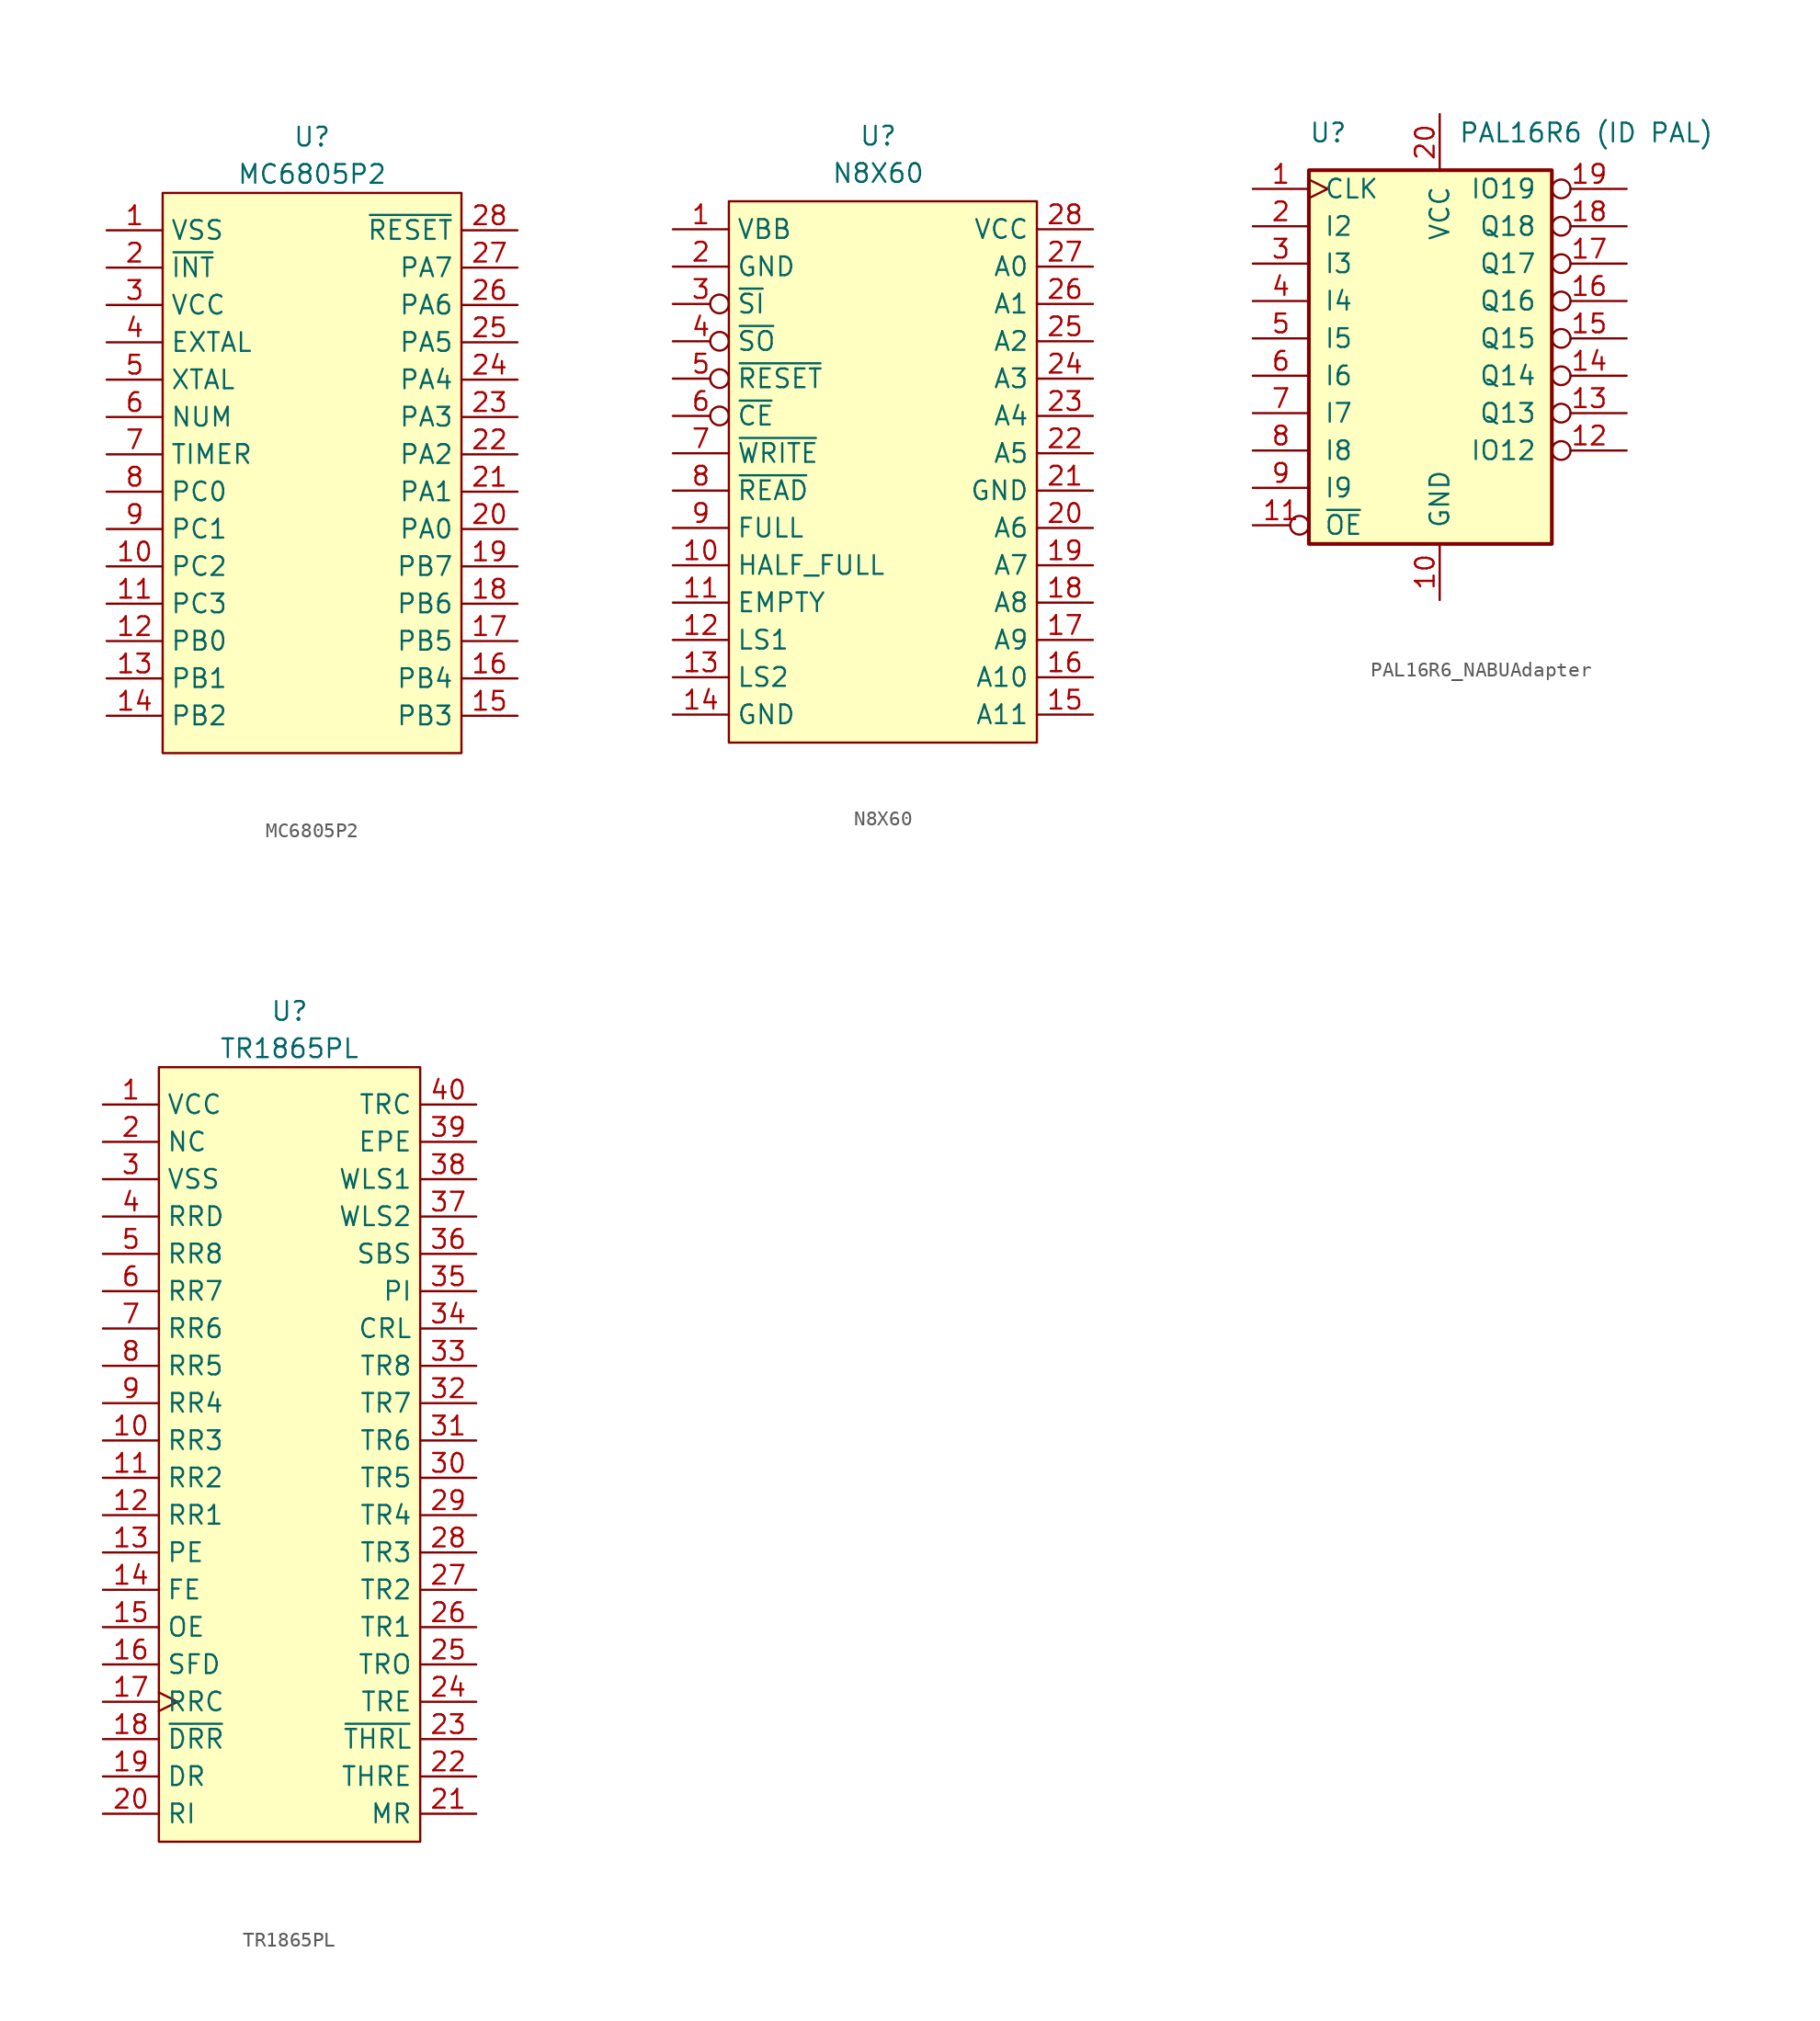
<source format=kicad_sym>
(kicad_symbol_lib
  (version 20220914)
  (generator kicad_symbol_editor)
  (symbol "MC6805P2"
    (property "Reference" "U"
      (at 0 0 0)
      (effects (font (size 1.27 1.27))))
    (property "Value" "MC6805P2"
      (at 0 -2.54 0)
      (effects (font (size 1.27 1.27))))
    (symbol "MC6805P2_1_1"
      (rectangle (start -10.16 -3.81) (end 10.16 -41.91) (stroke (width 0) (type default)) (fill (type background)))
      (pin power_in line (at -13.97 -6.35 0) (length 3.81) (name "VSS" (effects (font (size 1.27 1.27)))) (number "1" (effects (font (size 1.27 1.27)))))
      (pin bidirectional line (at -13.97 -29.21 0) (length 3.81) (name "PC2" (effects (font (size 1.27 1.27)))) (number "10" (effects (font (size 1.27 1.27)))))
      (pin bidirectional line (at -13.97 -31.75 0) (length 3.81) (name "PC3" (effects (font (size 1.27 1.27)))) (number "11" (effects (font (size 1.27 1.27)))))
      (pin bidirectional line (at -13.97 -34.29 0) (length 3.81) (name "PB0" (effects (font (size 1.27 1.27)))) (number "12" (effects (font (size 1.27 1.27)))))
      (pin bidirectional line (at -13.97 -36.83 0) (length 3.81) (name "PB1" (effects (font (size 1.27 1.27)))) (number "13" (effects (font (size 1.27 1.27)))))
      (pin bidirectional line (at -13.97 -39.37 0) (length 3.81) (name "PB2" (effects (font (size 1.27 1.27)))) (number "14" (effects (font (size 1.27 1.27)))))
      (pin bidirectional line (at 13.97 -39.37 180) (length 3.81) (name "PB3" (effects (font (size 1.27 1.27)))) (number "15" (effects (font (size 1.27 1.27)))))
      (pin bidirectional line (at 13.97 -36.83 180) (length 3.81) (name "PB4" (effects (font (size 1.27 1.27)))) (number "16" (effects (font (size 1.27 1.27)))))
      (pin bidirectional line (at 13.97 -34.29 180) (length 3.81) (name "PB5" (effects (font (size 1.27 1.27)))) (number "17" (effects (font (size 1.27 1.27)))))
      (pin bidirectional line (at 13.97 -31.75 180) (length 3.81) (name "PB6" (effects (font (size 1.27 1.27)))) (number "18" (effects (font (size 1.27 1.27)))))
      (pin bidirectional line (at 13.97 -29.21 180) (length 3.81) (name "PB7" (effects (font (size 1.27 1.27)))) (number "19" (effects (font (size 1.27 1.27)))))
      (pin input line (at -13.97 -8.89 0) (length 3.81) (name "~{INT}" (effects (font (size 1.27 1.27)))) (number "2" (effects (font (size 1.27 1.27)))))
      (pin bidirectional line (at 13.97 -26.67 180) (length 3.81) (name "PA0" (effects (font (size 1.27 1.27)))) (number "20" (effects (font (size 1.27 1.27)))))
      (pin bidirectional line (at 13.97 -24.13 180) (length 3.81) (name "PA1" (effects (font (size 1.27 1.27)))) (number "21" (effects (font (size 1.27 1.27)))))
      (pin bidirectional line (at 13.97 -21.59 180) (length 3.81) (name "PA2" (effects (font (size 1.27 1.27)))) (number "22" (effects (font (size 1.27 1.27)))))
      (pin bidirectional line (at 13.97 -19.05 180) (length 3.81) (name "PA3" (effects (font (size 1.27 1.27)))) (number "23" (effects (font (size 1.27 1.27)))))
      (pin bidirectional line (at 13.97 -16.51 180) (length 3.81) (name "PA4" (effects (font (size 1.27 1.27)))) (number "24" (effects (font (size 1.27 1.27)))))
      (pin bidirectional line (at 13.97 -13.97 180) (length 3.81) (name "PA5" (effects (font (size 1.27 1.27)))) (number "25" (effects (font (size 1.27 1.27)))))
      (pin bidirectional line (at 13.97 -11.43 180) (length 3.81) (name "PA6" (effects (font (size 1.27 1.27)))) (number "26" (effects (font (size 1.27 1.27)))))
      (pin bidirectional line (at 13.97 -8.89 180) (length 3.81) (name "PA7" (effects (font (size 1.27 1.27)))) (number "27" (effects (font (size 1.27 1.27)))))
      (pin input line (at 13.97 -6.35 180) (length 3.81) (name "~{RESET}" (effects (font (size 1.27 1.27)))) (number "28" (effects (font (size 1.27 1.27)))))
      (pin power_in line (at -13.97 -11.43 0) (length 3.81) (name "VCC" (effects (font (size 1.27 1.27)))) (number "3" (effects (font (size 1.27 1.27)))))
      (pin input line (at -13.97 -13.97 0) (length 3.81) (name "EXTAL" (effects (font (size 1.27 1.27)))) (number "4" (effects (font (size 1.27 1.27)))))
      (pin input line (at -13.97 -16.51 0) (length 3.81) (name "XTAL" (effects (font (size 1.27 1.27)))) (number "5" (effects (font (size 1.27 1.27)))))
      (pin input line (at -13.97 -19.05 0) (length 3.81) (name "NUM" (effects (font (size 1.27 1.27)))) (number "6" (effects (font (size 1.27 1.27)))))
      (pin input line (at -13.97 -21.59 0) (length 3.81) (name "TIMER" (effects (font (size 1.27 1.27)))) (number "7" (effects (font (size 1.27 1.27)))))
      (pin bidirectional line (at -13.97 -24.13 0) (length 3.81) (name "PC0" (effects (font (size 1.27 1.27)))) (number "8" (effects (font (size 1.27 1.27)))))
      (pin bidirectional line (at -13.97 -26.67 0) (length 3.81) (name "PC1" (effects (font (size 1.27 1.27)))) (number "9" (effects (font (size 1.27 1.27)))))))
  (symbol "N8X60"
    (property "Reference" "U"
      (at 0 0 0)
      (effects (font (size 1.27 1.27))))
    (property "Value" "N8X60"
      (at 0 -2.54 0)
      (effects (font (size 1.27 1.27))))
    (symbol "N8X60_1_1"
      (rectangle (start -10.16 -4.445) (end 10.795 -41.275) (stroke (width 0) (type default)) (fill (type background)))
      (pin power_in line (at -13.97 -6.35 0) (length 3.81) (name "VBB" (effects (font (size 1.27 1.27)))) (number "1" (effects (font (size 1.27 1.27)))))
      (pin output line (at -13.97 -29.21 0) (length 3.81) (name "HALF_FULL" (effects (font (size 1.27 1.27)))) (number "10" (effects (font (size 1.27 1.27)))))
      (pin output line (at -13.97 -31.75 0) (length 3.81) (name "EMPTY" (effects (font (size 1.27 1.27)))) (number "11" (effects (font (size 1.27 1.27)))))
      (pin output line (at -13.97 -34.29 0) (length 3.81) (name "LS1" (effects (font (size 1.27 1.27)))) (number "12" (effects (font (size 1.27 1.27)))))
      (pin output line (at -13.97 -36.83 0) (length 3.81) (name "LS2" (effects (font (size 1.27 1.27)))) (number "13" (effects (font (size 1.27 1.27)))))
      (pin power_in line (at -13.97 -39.37 0) (length 3.81) (name "GND" (effects (font (size 1.27 1.27)))) (number "14" (effects (font (size 1.27 1.27)))))
      (pin output line (at 14.605 -39.37 180) (length 3.81) (name "A11" (effects (font (size 1.27 1.27)))) (number "15" (effects (font (size 1.27 1.27)))))
      (pin output line (at 14.605 -36.83 180) (length 3.81) (name "A10" (effects (font (size 1.27 1.27)))) (number "16" (effects (font (size 1.27 1.27)))))
      (pin output line (at 14.605 -34.29 180) (length 3.81) (name "A9" (effects (font (size 1.27 1.27)))) (number "17" (effects (font (size 1.27 1.27)))))
      (pin output line (at 14.605 -31.75 180) (length 3.81) (name "A8" (effects (font (size 1.27 1.27)))) (number "18" (effects (font (size 1.27 1.27)))))
      (pin output line (at 14.605 -29.21 180) (length 3.81) (name "A7" (effects (font (size 1.27 1.27)))) (number "19" (effects (font (size 1.27 1.27)))))
      (pin power_in line (at -13.97 -8.89 0) (length 3.81) (name "GND" (effects (font (size 1.27 1.27)))) (number "2" (effects (font (size 1.27 1.27)))))
      (pin output line (at 14.605 -26.67 180) (length 3.81) (name "A6" (effects (font (size 1.27 1.27)))) (number "20" (effects (font (size 1.27 1.27)))))
      (pin power_in line (at 14.605 -24.13 180) (length 3.81) (name "GND" (effects (font (size 1.27 1.27)))) (number "21" (effects (font (size 1.27 1.27)))))
      (pin output line (at 14.605 -21.59 180) (length 3.81) (name "A5" (effects (font (size 1.27 1.27)))) (number "22" (effects (font (size 1.27 1.27)))))
      (pin output line (at 14.605 -19.05 180) (length 3.81) (name "A4" (effects (font (size 1.27 1.27)))) (number "23" (effects (font (size 1.27 1.27)))))
      (pin output line (at 14.605 -16.51 180) (length 3.81) (name "A3" (effects (font (size 1.27 1.27)))) (number "24" (effects (font (size 1.27 1.27)))))
      (pin output line (at 14.605 -13.97 180) (length 3.81) (name "A2" (effects (font (size 1.27 1.27)))) (number "25" (effects (font (size 1.27 1.27)))))
      (pin output line (at 14.605 -11.43 180) (length 3.81) (name "A1" (effects (font (size 1.27 1.27)))) (number "26" (effects (font (size 1.27 1.27)))))
      (pin output line (at 14.605 -8.89 180) (length 3.81) (name "A0" (effects (font (size 1.27 1.27)))) (number "27" (effects (font (size 1.27 1.27)))))
      (pin power_in line (at 14.605 -6.35 180) (length 3.81) (name "VCC" (effects (font (size 1.27 1.27)))) (number "28" (effects (font (size 1.27 1.27)))))
      (pin input inverted (at -13.97 -11.43 0) (length 3.81) (name "~{SI}" (effects (font (size 1.27 1.27)))) (number "3" (effects (font (size 1.27 1.27)))))
      (pin input inverted (at -13.97 -13.97 0) (length 3.81) (name "~{SO}" (effects (font (size 1.27 1.27)))) (number "4" (effects (font (size 1.27 1.27)))))
      (pin input inverted (at -13.97 -16.51 0) (length 3.81) (name "~{RESET}" (effects (font (size 1.27 1.27)))) (number "5" (effects (font (size 1.27 1.27)))))
      (pin input inverted (at -13.97 -19.05 0) (length 3.81) (name "~{CE}" (effects (font (size 1.27 1.27)))) (number "6" (effects (font (size 1.27 1.27)))))
      (pin output line (at -13.97 -21.59 0) (length 3.81) (name "~{WRITE}" (effects (font (size 1.27 1.27)))) (number "7" (effects (font (size 1.27 1.27)))))
      (pin output line (at -13.97 -24.13 0) (length 3.81) (name "~{READ}" (effects (font (size 1.27 1.27)))) (number "8" (effects (font (size 1.27 1.27)))))
      (pin output line (at -13.97 -26.67 0) (length 3.81) (name "FULL" (effects (font (size 1.27 1.27)))) (number "9" (effects (font (size 1.27 1.27)))))))
  (symbol "PAL16R6_NABUAdapter"
    (pin_names
      (offset 1.016))
    (property "Reference" "U"
      (at -8.89 16.51 0)
      (effects (font (size 1.27 1.27)) (justify left)))
    (property "Value" "PAL16R6 (ID PAL)"
      (at 1.27 16.51 0)
      (effects (font (size 1.27 1.27)) (justify left)))
    (symbol "PAL16R6_NABUAdapter_0_0"
      (pin power_in line (at 0 -15.24 90) (length 3.81) (name "GND" (effects (font (size 1.27 1.27)))) (number "10" (effects (font (size 1.27 1.27)))))
      (pin power_in line (at 0 17.78 270) (length 3.81) (name "VCC" (effects (font (size 1.27 1.27)))) (number "20" (effects (font (size 1.27 1.27))))))
    (symbol "PAL16R6_NABUAdapter_0_1"
      (rectangle (start -8.89 13.97) (end 7.62 -11.43) (stroke (width 0.254) (type default)) (fill (type background))))
    (symbol "PAL16R6_NABUAdapter_1_1"
      (pin input clock (at -12.7 12.7 0) (length 3.81) (name "CLK" (effects (font (size 1.27 1.27)))) (number "1" (effects (font (size 1.27 1.27)))))
      (pin input inverted (at -12.7 -10.16 0) (length 3.81) (name "~{OE}" (effects (font (size 1.27 1.27)))) (number "11" (effects (font (size 1.27 1.27)))))
      (pin tri_state inverted (at 12.7 -5.08 180) (length 5.08) (name "IO12" (effects (font (size 1.27 1.27)))) (number "12" (effects (font (size 1.27 1.27)))))
      (pin tri_state inverted (at 12.7 -2.54 180) (length 5.08) (name "Q13" (effects (font (size 1.27 1.27)))) (number "13" (effects (font (size 1.27 1.27)))))
      (pin tri_state inverted (at 12.7 0 180) (length 5.08) (name "Q14" (effects (font (size 1.27 1.27)))) (number "14" (effects (font (size 1.27 1.27)))))
      (pin tri_state inverted (at 12.7 2.54 180) (length 5.08) (name "Q15" (effects (font (size 1.27 1.27)))) (number "15" (effects (font (size 1.27 1.27)))))
      (pin tri_state inverted (at 12.7 5.08 180) (length 5.08) (name "Q16" (effects (font (size 1.27 1.27)))) (number "16" (effects (font (size 1.27 1.27)))))
      (pin tri_state inverted (at 12.7 7.62 180) (length 5.08) (name "Q17" (effects (font (size 1.27 1.27)))) (number "17" (effects (font (size 1.27 1.27)))))
      (pin tri_state inverted (at 12.7 10.16 180) (length 5.08) (name "Q18" (effects (font (size 1.27 1.27)))) (number "18" (effects (font (size 1.27 1.27)))))
      (pin tri_state inverted (at 12.7 12.7 180) (length 5.08) (name "IO19" (effects (font (size 1.27 1.27)))) (number "19" (effects (font (size 1.27 1.27)))))
      (pin input line (at -12.7 10.16 0) (length 3.81) (name "I2" (effects (font (size 1.27 1.27)))) (number "2" (effects (font (size 1.27 1.27)))))
      (pin input line (at -12.7 7.62 0) (length 3.81) (name "I3" (effects (font (size 1.27 1.27)))) (number "3" (effects (font (size 1.27 1.27)))))
      (pin input line (at -12.7 5.08 0) (length 3.81) (name "I4" (effects (font (size 1.27 1.27)))) (number "4" (effects (font (size 1.27 1.27)))))
      (pin input line (at -12.7 2.54 0) (length 3.81) (name "I5" (effects (font (size 1.27 1.27)))) (number "5" (effects (font (size 1.27 1.27)))))
      (pin input line (at -12.7 0 0) (length 3.81) (name "I6" (effects (font (size 1.27 1.27)))) (number "6" (effects (font (size 1.27 1.27)))))
      (pin input line (at -12.7 -2.54 0) (length 3.81) (name "I7" (effects (font (size 1.27 1.27)))) (number "7" (effects (font (size 1.27 1.27)))))
      (pin input line (at -12.7 -5.08 0) (length 3.81) (name "I8" (effects (font (size 1.27 1.27)))) (number "8" (effects (font (size 1.27 1.27)))))
      (pin input line (at -12.7 -7.62 0) (length 3.81) (name "I9" (effects (font (size 1.27 1.27)))) (number "9" (effects (font (size 1.27 1.27)))))))
  (symbol "TR1865PL"
    (property "Reference" "U"
      (at 0 29.21 0)
      (effects (font (size 1.27 1.27))))
    (property "Value" "TR1865PL"
      (at 0 26.67 0)
      (effects (font (size 1.27 1.27))))
    (symbol "TR1865PL_1_1"
      (rectangle (start -8.89 25.4) (end 8.89 -27.305) (stroke (width 0) (type default)) (fill (type background)))
      (pin power_in line (at -12.7 22.86 0) (length 3.81) (name "VCC" (effects (font (size 1.27 1.27)))) (number "1" (effects (font (size 1.27 1.27)))))
      (pin tri_state line (at -12.7 0 0) (length 3.81) (name "RR3" (effects (font (size 1.27 1.27)))) (number "10" (effects (font (size 1.27 1.27)))))
      (pin tri_state line (at -12.7 -2.54 0) (length 3.81) (name "RR2" (effects (font (size 1.27 1.27)))) (number "11" (effects (font (size 1.27 1.27)))))
      (pin tri_state line (at -12.7 -5.08 0) (length 3.81) (name "RR1" (effects (font (size 1.27 1.27)))) (number "12" (effects (font (size 1.27 1.27)))))
      (pin output line (at -12.7 -7.62 0) (length 3.81) (name "PE" (effects (font (size 1.27 1.27)))) (number "13" (effects (font (size 1.27 1.27)))))
      (pin output line (at -12.7 -10.16 0) (length 3.81) (name "FE" (effects (font (size 1.27 1.27)))) (number "14" (effects (font (size 1.27 1.27)))))
      (pin output line (at -12.7 -12.7 0) (length 3.81) (name "OE" (effects (font (size 1.27 1.27)))) (number "15" (effects (font (size 1.27 1.27)))))
      (pin input line (at -12.7 -15.24 0) (length 3.81) (name "SFD" (effects (font (size 1.27 1.27)))) (number "16" (effects (font (size 1.27 1.27)))))
      (pin input clock (at -12.7 -17.78 0) (length 3.81) (name "RRC" (effects (font (size 1.27 1.27)))) (number "17" (effects (font (size 1.27 1.27)))))
      (pin input line (at -12.7 -20.32 0) (length 3.81) (name "~{DRR}" (effects (font (size 1.27 1.27)))) (number "18" (effects (font (size 1.27 1.27)))))
      (pin output line (at -12.7 -22.86 0) (length 3.81) (name "DR" (effects (font (size 1.27 1.27)))) (number "19" (effects (font (size 1.27 1.27)))))
      (pin unspecified line (at -12.7 20.32 0) (length 3.81) (name "NC" (effects (font (size 1.27 1.27)))) (number "2" (effects (font (size 1.27 1.27)))))
      (pin input line (at -12.7 -25.4 0) (length 3.81) (name "RI" (effects (font (size 1.27 1.27)))) (number "20" (effects (font (size 1.27 1.27)))))
      (pin input line (at 12.7 -25.4 180) (length 3.81) (name "MR" (effects (font (size 1.27 1.27)))) (number "21" (effects (font (size 1.27 1.27)))))
      (pin output line (at 12.7 -22.86 180) (length 3.81) (name "THRE" (effects (font (size 1.27 1.27)))) (number "22" (effects (font (size 1.27 1.27)))))
      (pin input line (at 12.7 -20.32 180) (length 3.81) (name "~{THRL}" (effects (font (size 1.27 1.27)))) (number "23" (effects (font (size 1.27 1.27)))))
      (pin output line (at 12.7 -17.78 180) (length 3.81) (name "TRE" (effects (font (size 1.27 1.27)))) (number "24" (effects (font (size 1.27 1.27)))))
      (pin output line (at 12.7 -15.24 180) (length 3.81) (name "TRO" (effects (font (size 1.27 1.27)))) (number "25" (effects (font (size 1.27 1.27)))))
      (pin input line (at 12.7 -12.7 180) (length 3.81) (name "TR1" (effects (font (size 1.27 1.27)))) (number "26" (effects (font (size 1.27 1.27)))))
      (pin input line (at 12.7 -10.16 180) (length 3.81) (name "TR2" (effects (font (size 1.27 1.27)))) (number "27" (effects (font (size 1.27 1.27)))))
      (pin input line (at 12.7 -7.62 180) (length 3.81) (name "TR3" (effects (font (size 1.27 1.27)))) (number "28" (effects (font (size 1.27 1.27)))))
      (pin input line (at 12.7 -5.08 180) (length 3.81) (name "TR4" (effects (font (size 1.27 1.27)))) (number "29" (effects (font (size 1.27 1.27)))))
      (pin power_in line (at -12.7 17.78 0) (length 3.81) (name "VSS" (effects (font (size 1.27 1.27)))) (number "3" (effects (font (size 1.27 1.27)))))
      (pin input line (at 12.7 -2.54 180) (length 3.81) (name "TR5" (effects (font (size 1.27 1.27)))) (number "30" (effects (font (size 1.27 1.27)))))
      (pin input line (at 12.7 0 180) (length 3.81) (name "TR6" (effects (font (size 1.27 1.27)))) (number "31" (effects (font (size 1.27 1.27)))))
      (pin input line (at 12.7 2.54 180) (length 3.81) (name "TR7" (effects (font (size 1.27 1.27)))) (number "32" (effects (font (size 1.27 1.27)))))
      (pin input line (at 12.7 5.08 180) (length 3.81) (name "TR8" (effects (font (size 1.27 1.27)))) (number "33" (effects (font (size 1.27 1.27)))))
      (pin input line (at 12.7 7.62 180) (length 3.81) (name "CRL" (effects (font (size 1.27 1.27)))) (number "34" (effects (font (size 1.27 1.27)))))
      (pin input line (at 12.7 10.16 180) (length 3.81) (name "PI" (effects (font (size 1.27 1.27)))) (number "35" (effects (font (size 1.27 1.27)))))
      (pin input line (at 12.7 12.7 180) (length 3.81) (name "SBS" (effects (font (size 1.27 1.27)))) (number "36" (effects (font (size 1.27 1.27)))))
      (pin input line (at 12.7 15.24 180) (length 3.81) (name "WLS2" (effects (font (size 1.27 1.27)))) (number "37" (effects (font (size 1.27 1.27)))))
      (pin input line (at 12.7 17.78 180) (length 3.81) (name "WLS1" (effects (font (size 1.27 1.27)))) (number "38" (effects (font (size 1.27 1.27)))))
      (pin input line (at 12.7 20.32 180) (length 3.81) (name "EPE" (effects (font (size 1.27 1.27)))) (number "39" (effects (font (size 1.27 1.27)))))
      (pin input line (at -12.7 15.24 0) (length 3.81) (name "RRD" (effects (font (size 1.27 1.27)))) (number "4" (effects (font (size 1.27 1.27)))))
      (pin input line (at 12.7 22.86 180) (length 3.81) (name "TRC" (effects (font (size 1.27 1.27)))) (number "40" (effects (font (size 1.27 1.27)))))
      (pin tri_state line (at -12.7 12.7 0) (length 3.81) (name "RR8" (effects (font (size 1.27 1.27)))) (number "5" (effects (font (size 1.27 1.27)))))
      (pin tri_state line (at -12.7 10.16 0) (length 3.81) (name "RR7" (effects (font (size 1.27 1.27)))) (number "6" (effects (font (size 1.27 1.27)))))
      (pin tri_state line (at -12.7 7.62 0) (length 3.81) (name "RR6" (effects (font (size 1.27 1.27)))) (number "7" (effects (font (size 1.27 1.27)))))
      (pin tri_state line (at -12.7 5.08 0) (length 3.81) (name "RR5" (effects (font (size 1.27 1.27)))) (number "8" (effects (font (size 1.27 1.27)))))
      (pin tri_state line (at -12.7 2.54 0) (length 3.81) (name "RR4" (effects (font (size 1.27 1.27)))) (number "9" (effects (font (size 1.27 1.27))))))))
</source>
